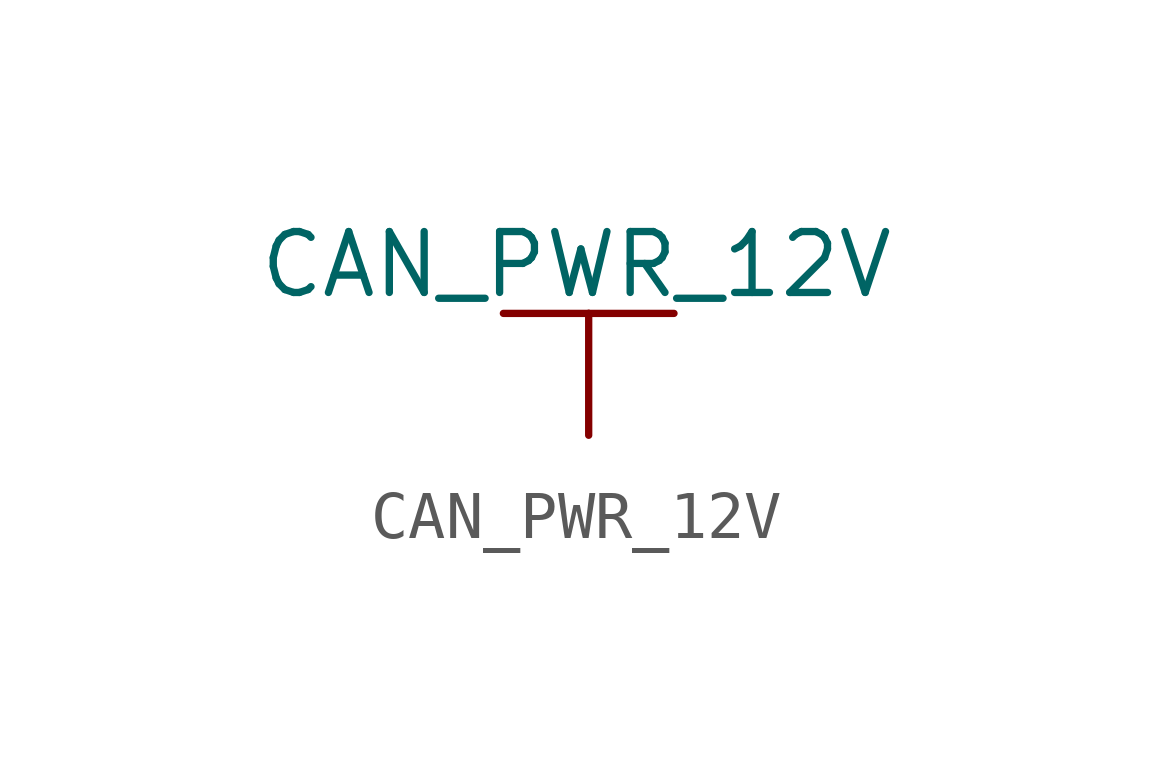
<source format=kicad_sym>
(kicad_symbol_lib
  (version 20220914)
  (generator kicad_symbol_editor)
  (symbol "CAN_PWR_12V"
    (power)
    (pin_numbers hide)
    (pin_names
      (offset 0) hide)
    (property "Reference" "#PWR"
      (at 0 -3.81 0)
      (effects (font (size 1.27 1.27)) hide))
    (property "Value" "CAN_PWR_12V"
      (at -0.254 3.556 0)
      (effects (font (size 1.27 1.27))))
    (property "Footprint" ""
      (at 0 0 0)
      (effects (font (size 1.524 1.524))))
    (property "Datasheet" ""
      (at 0 0 0)
      (effects (font (size 1.524 1.524))))
    (symbol "CAN_PWR_12V_0_1"
      (polyline (pts (xy -1.778 2.54) (xy 0 2.54)) (stroke (width 0) (type default)) (fill (type none)))
      (polyline (pts (xy 0 0) (xy 0 2.54)) (stroke (width 0) (type default)) (fill (type none)))
      (polyline (pts (xy 0 2.54) (xy 1.778 2.54)) (stroke (width 0) (type default)) (fill (type none))))
    (symbol "CAN_PWR_12V_1_1"
      (pin power_in line (at 0 0 90) (length 0) hide (name "CAN_PWR" (effects (font (size 1.27 1.27)))) (number "1" (effects (font (size 1.27 1.27))))))))
</source>
